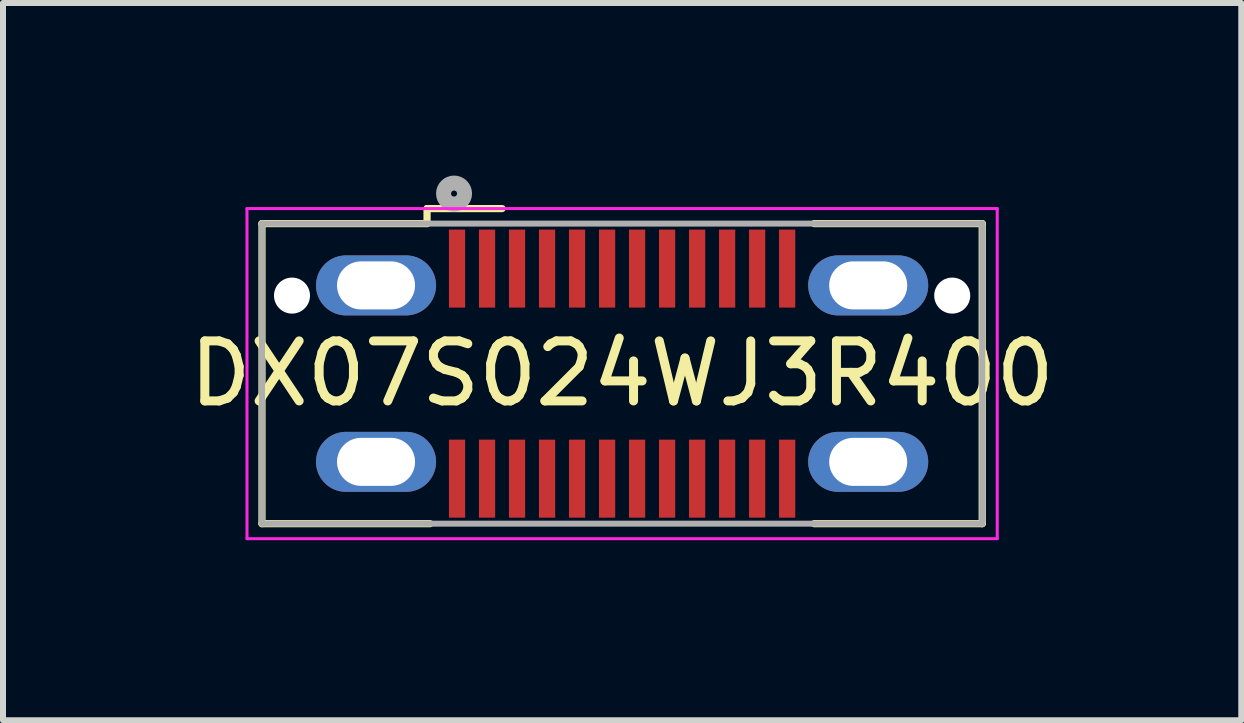
<source format=kicad_pcb>
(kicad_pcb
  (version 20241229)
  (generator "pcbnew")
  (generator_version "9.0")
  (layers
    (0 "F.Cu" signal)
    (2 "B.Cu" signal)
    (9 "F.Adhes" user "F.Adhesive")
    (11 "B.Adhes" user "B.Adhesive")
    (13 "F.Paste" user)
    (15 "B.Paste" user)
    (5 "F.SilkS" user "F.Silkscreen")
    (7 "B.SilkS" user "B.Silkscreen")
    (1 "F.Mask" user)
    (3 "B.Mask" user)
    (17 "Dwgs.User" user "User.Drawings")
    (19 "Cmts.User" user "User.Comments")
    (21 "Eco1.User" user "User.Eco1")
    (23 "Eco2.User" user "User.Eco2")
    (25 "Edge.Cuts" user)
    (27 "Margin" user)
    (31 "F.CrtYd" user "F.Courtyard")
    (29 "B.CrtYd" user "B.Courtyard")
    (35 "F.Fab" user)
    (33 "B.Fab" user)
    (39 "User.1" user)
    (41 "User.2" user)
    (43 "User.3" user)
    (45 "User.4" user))
  (footprint "DX07S024WJ3R400"
    (layer "F.Cu")
    (at 7.315 3.175)
    (property "Reference" "DX07S024WJ3R400" (at 0 0 0) (layer "F.SilkS") (effects (font (size 1 1) (thickness 0.15))))
    (attr through_hole)
    (fp_line (start -6 -2.5) (end -6 2.5) (stroke (width 0.12) (type solid)) (layer "F.SilkS"))
    (fp_line (start -6 2.5) (end -3.2 2.5) (stroke (width 0.12) (type solid)) (layer "F.SilkS"))
    (fp_line (start -3.25 -2.5) (end -6 -2.5) (stroke (width 0.12) (type solid)) (layer "F.SilkS"))
    (fp_line (start -3.25 -2.5) (end -3.25 -2.75) (stroke (width 0.12) (type solid)) (layer "F.SilkS"))
    (fp_line (start -2 -2.75) (end -3.25 -2.75) (stroke (width 0.12) (type solid)) (layer "F.SilkS"))
    (fp_line (start 3.2 2.5) (end 6 2.5) (stroke (width 0.12) (type solid)) (layer "F.SilkS"))
    (fp_line (start 6 -2.5) (end 3.2 -2.5) (stroke (width 0.12) (type solid)) (layer "F.SilkS"))
    (fp_line (start 6 2.5) (end 6 -2.5) (stroke (width 0.12) (type solid)) (layer "F.SilkS"))
    (fp_line (start -6.25 -2.75) (end 6.25 -2.75) (stroke (width 0.05) (type solid)) (layer "F.CrtYd"))
    (fp_line (start -6.25 2.75) (end -6.25 -2.75) (stroke (width 0.05) (type solid)) (layer "F.CrtYd"))
    (fp_line (start 6.25 -2.75) (end 6.25 2.75) (stroke (width 0.05) (type solid)) (layer "F.CrtYd"))
    (fp_line (start 6.25 2.75) (end -6.25 2.75) (stroke (width 0.05) (type solid)) (layer "F.CrtYd"))
    (fp_line (start -6 -2.5) (end 6 -2.5) (stroke (width 0.1) (type solid)) (layer "F.Fab"))
    (fp_line (start -6 2.5) (end -6 -2.5) (stroke (width 0.1) (type solid)) (layer "F.Fab"))
    (fp_line (start 6 -2.5) (end 6 2.5) (stroke (width 0.1) (type solid)) (layer "F.Fab"))
    (fp_line (start 6 2.5) (end -6 2.5) (stroke (width 0.1) (type solid)) (layer "F.Fab"))
    (fp_circle (center -2.8 -3) (end -2.75 -3) (stroke (width 0.25) (type solid)) (fill no) (layer "F.Fab"))
    (pad "" np_thru_hole circle (at -5.5 -1.3) (size 0.6 0.6) (drill 0.6) (layers "*.Cu" "*.Mask"))
    (pad "" np_thru_hole circle (at 5.5 -1.3) (size 0.6 0.6) (drill 0.6) (layers "*.Cu" "*.Mask"))
    (pad "A1" smd rect (at -2.75 -1.75) (size 0.27 1.3) (layers "F.Cu" "F.Mask" "F.Paste"))
    (pad "A2" smd rect (at -2.25 -1.75) (size 0.27 1.3) (layers "F.Cu" "F.Mask" "F.Paste"))
    (pad "A3" smd rect (at -1.75 -1.75) (size 0.27 1.3) (layers "F.Cu" "F.Mask" "F.Paste"))
    (pad "A4" smd rect (at -1.25 -1.75) (size 0.27 1.3) (layers "F.Cu" "F.Mask" "F.Paste"))
    (pad "A5" smd rect (at -0.75 -1.75) (size 0.27 1.3) (layers "F.Cu" "F.Mask" "F.Paste"))
    (pad "A6" smd rect (at -0.25 -1.75) (size 0.27 1.3) (layers "F.Cu" "F.Mask" "F.Paste"))
    (pad "A7" smd rect (at 0.25 -1.75) (size 0.27 1.3) (layers "F.Cu" "F.Mask" "F.Paste"))
    (pad "A8" smd rect (at 0.75 -1.75) (size 0.27 1.3) (layers "F.Cu" "F.Mask" "F.Paste"))
    (pad "A9" smd rect (at 1.25 -1.75) (size 0.27 1.3) (layers "F.Cu" "F.Mask" "F.Paste"))
    (pad "A10" smd rect (at 1.75 -1.75) (size 0.27 1.3) (layers "F.Cu" "F.Mask" "F.Paste"))
    (pad "A11" smd rect (at 2.25 -1.75) (size 0.27 1.3) (layers "F.Cu" "F.Mask" "F.Paste"))
    (pad "A12" smd rect (at 2.75 -1.75) (size 0.27 1.3) (layers "F.Cu" "F.Mask" "F.Paste"))
    (pad "B1" smd rect (at 2.75 1.75) (size 0.27 1.3) (layers "F.Cu" "F.Mask" "F.Paste"))
    (pad "B2" smd rect (at 2.25 1.75) (size 0.27 1.3) (layers "F.Cu" "F.Mask" "F.Paste"))
    (pad "B3" smd rect (at 1.75 1.75) (size 0.27 1.3) (layers "F.Cu" "F.Mask" "F.Paste"))
    (pad "B4" smd rect (at 1.25 1.75) (size 0.27 1.3) (layers "F.Cu" "F.Mask" "F.Paste"))
    (pad "B5" smd rect (at 0.75 1.75) (size 0.27 1.3) (layers "F.Cu" "F.Mask" "F.Paste"))
    (pad "B6" smd rect (at 0.25 1.75) (size 0.27 1.3) (layers "F.Cu" "F.Mask" "F.Paste"))
    (pad "B7" smd rect (at -0.25 1.75) (size 0.27 1.3) (layers "F.Cu" "F.Mask" "F.Paste"))
    (pad "B8" smd rect (at -0.75 1.75) (size 0.27 1.3) (layers "F.Cu" "F.Mask" "F.Paste"))
    (pad "B9" smd rect (at -1.25 1.75) (size 0.27 1.3) (layers "F.Cu" "F.Mask" "F.Paste"))
    (pad "B10" smd rect (at -1.75 1.75) (size 0.27 1.3) (layers "F.Cu" "F.Mask" "F.Paste"))
    (pad "B11" smd rect (at -2.25 1.75) (size 0.27 1.3) (layers "F.Cu" "F.Mask" "F.Paste"))
    (pad "B12" smd rect (at -2.75 1.75) (size 0.27 1.3) (layers "F.Cu" "F.Mask" "F.Paste"))
    (pad "S1" thru_hole oval (at -4.1 -1.47) (size 2 1) (drill oval 1.3 0.8) (layers "*.Cu" "*.Mask"))
    (pad "S2" thru_hole oval (at 4.1 -1.47) (size 2 1) (drill oval 1.3 0.8) (layers "*.Cu" "*.Mask"))
    (pad "S3" thru_hole oval (at 4.1 1.47) (size 2 1) (drill oval 1.3 0.8) (layers "*.Cu" "*.Mask"))
    (pad "S4" thru_hole oval (at -4.1 1.47) (size 2 1) (drill oval 1.3 0.8) (layers "*.Cu" "*.Mask")))
  (gr_rect
    (start -3 -3)
    (end 17.631 8.95)
    (stroke (width 0.1) (type default))
    (fill no)
    (layer "Edge.Cuts")))
</source>
